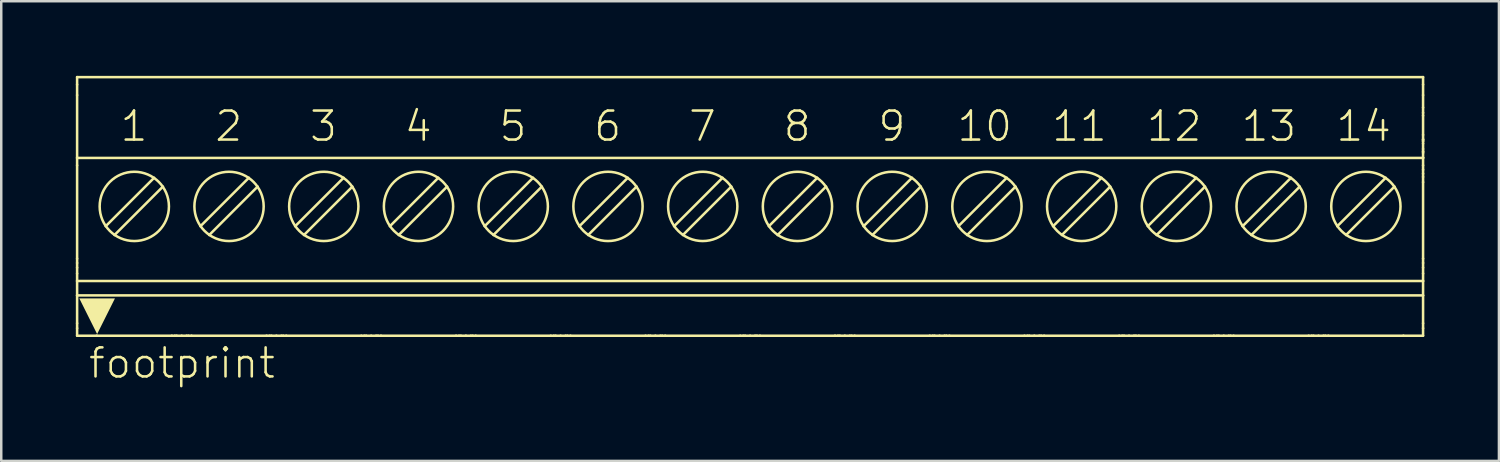
<source format=kicad_pcb>
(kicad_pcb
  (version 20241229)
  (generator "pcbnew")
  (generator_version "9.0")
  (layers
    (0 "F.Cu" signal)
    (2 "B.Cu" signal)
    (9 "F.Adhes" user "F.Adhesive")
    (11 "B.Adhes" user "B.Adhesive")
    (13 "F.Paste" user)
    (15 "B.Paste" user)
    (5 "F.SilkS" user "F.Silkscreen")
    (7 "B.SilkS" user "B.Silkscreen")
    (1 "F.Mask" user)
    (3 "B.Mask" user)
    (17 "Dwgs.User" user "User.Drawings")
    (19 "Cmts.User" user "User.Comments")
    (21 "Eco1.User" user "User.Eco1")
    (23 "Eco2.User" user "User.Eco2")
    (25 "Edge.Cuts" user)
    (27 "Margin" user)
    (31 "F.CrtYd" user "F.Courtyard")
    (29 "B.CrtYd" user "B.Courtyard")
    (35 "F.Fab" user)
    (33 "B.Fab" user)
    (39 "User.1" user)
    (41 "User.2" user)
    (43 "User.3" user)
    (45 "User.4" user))
  (footprint "footprint"
    (layer "F.Cu")
    (at 27.116 5.251)
    (property "Reference" "footprint" (at -26.67 6.985 0) (layer "F.SilkS") (effects (font (size 1.168 1.168) (thickness 0.102)) (justify left bottom)))
    (fp_line (start -27.065 -5.2) (end -27.065 -4.9) (stroke (width 0.102) (type solid)) (layer "F.SilkS"))
    (fp_line (start -27.065 -4.9) (end -27.065 -4.475) (stroke (width 0.102) (type solid)) (layer "F.SilkS"))
    (fp_line (start -27.065 -4.475) (end -27.065 -1.95) (stroke (width 0.102) (type solid)) (layer "F.SilkS"))
    (fp_line (start -27.065 -1.95) (end -27.065 -1.65) (stroke (width 0.102) (type solid)) (layer "F.SilkS"))
    (fp_line (start -27.065 -1.65) (end -27.065 2.1) (stroke (width 0.102) (type solid)) (layer "F.SilkS"))
    (fp_line (start -27.065 2.1) (end -27.065 2.275) (stroke (width 0.102) (type solid)) (layer "F.SilkS"))
    (fp_line (start -27.065 2.463) (end -27.065 2.275) (stroke (width 0.102) (type solid)) (layer "F.SilkS"))
    (fp_line (start -27.065 2.463) (end -27.065 2.7) (stroke (width 0.102) (type solid)) (layer "F.SilkS"))
    (fp_line (start -27.065 2.7) (end -27.065 3) (stroke (width 0.102) (type solid)) (layer "F.SilkS"))
    (fp_line (start -27.065 3) (end -27.065 3.58) (stroke (width 0.102) (type solid)) (layer "F.SilkS"))
    (fp_line (start -27.065 3) (end 27.065 3) (stroke (width 0.102) (type solid)) (layer "F.SilkS"))
    (fp_line (start -27.065 3.58) (end -27.065 4.7) (stroke (width 0.102) (type solid)) (layer "F.SilkS"))
    (fp_line (start -27.065 3.58) (end 27.065 3.58) (stroke (width 0.102) (type solid)) (layer "F.SilkS"))
    (fp_line (start -27.065 4.7) (end -27.065 4.9) (stroke (width 0.102) (type solid)) (layer "F.SilkS"))
    (fp_line (start -27.065 4.9) (end -27.065 5.2) (stroke (width 0.102) (type solid)) (layer "F.SilkS"))
    (fp_line (start -26.275 5.2) (end -27.065 5.2) (stroke (width 0.102) (type solid)) (layer "F.SilkS"))
    (fp_line (start -25.562 1.151) (end -23.614 -0.797) (stroke (width 0.102) (type solid)) (layer "F.SilkS"))
    (fp_line (start -23.968 -1.151) (end -25.916 0.797) (stroke (width 0.102) (type solid)) (layer "F.SilkS"))
    (fp_line (start -23.255 5.2) (end -26.275 5.2) (stroke (width 0.102) (type solid)) (layer "F.SilkS"))
    (fp_line (start -23.135 5.2) (end -23.255 5.2) (stroke (width 0.102) (type solid)) (layer "F.SilkS"))
    (fp_line (start -23.061 5.2) (end -23.135 5.2) (stroke (width 0.102) (type solid)) (layer "F.SilkS"))
    (fp_line (start -22.86 5.2) (end -23.061 5.2) (stroke (width 0.102) (type solid)) (layer "F.SilkS"))
    (fp_line (start -22.659 5.2) (end -22.86 5.2) (stroke (width 0.102) (type solid)) (layer "F.SilkS"))
    (fp_line (start -22.585 5.2) (end -22.659 5.2) (stroke (width 0.102) (type solid)) (layer "F.SilkS"))
    (fp_line (start -22.465 5.2) (end -22.585 5.2) (stroke (width 0.102) (type solid)) (layer "F.SilkS"))
    (fp_line (start -21.752 1.151) (end -19.804 -0.797) (stroke (width 0.102) (type solid)) (layer "F.SilkS"))
    (fp_line (start -20.158 -1.151) (end -22.106 0.797) (stroke (width 0.102) (type solid)) (layer "F.SilkS"))
    (fp_line (start -19.445 5.2) (end -22.465 5.2) (stroke (width 0.102) (type solid)) (layer "F.SilkS"))
    (fp_line (start -19.325 5.2) (end -19.445 5.2) (stroke (width 0.102) (type solid)) (layer "F.SilkS"))
    (fp_line (start -19.251 5.2) (end -19.325 5.2) (stroke (width 0.102) (type solid)) (layer "F.SilkS"))
    (fp_line (start -19.05 5.2) (end -19.251 5.2) (stroke (width 0.102) (type solid)) (layer "F.SilkS"))
    (fp_line (start -18.849 5.2) (end -19.05 5.2) (stroke (width 0.102) (type solid)) (layer "F.SilkS"))
    (fp_line (start -18.775 5.2) (end -18.849 5.2) (stroke (width 0.102) (type solid)) (layer "F.SilkS"))
    (fp_line (start -18.655 5.2) (end -18.775 5.2) (stroke (width 0.102) (type solid)) (layer "F.SilkS"))
    (fp_line (start -17.942 1.151) (end -15.994 -0.797) (stroke (width 0.102) (type solid)) (layer "F.SilkS"))
    (fp_line (start -16.348 -1.151) (end -18.296 0.797) (stroke (width 0.102) (type solid)) (layer "F.SilkS"))
    (fp_line (start -15.635 5.2) (end -18.655 5.2) (stroke (width 0.102) (type solid)) (layer "F.SilkS"))
    (fp_line (start -15.515 5.2) (end -15.635 5.2) (stroke (width 0.102) (type solid)) (layer "F.SilkS"))
    (fp_line (start -15.441 5.2) (end -15.515 5.2) (stroke (width 0.102) (type solid)) (layer "F.SilkS"))
    (fp_line (start -15.24 5.2) (end -15.441 5.2) (stroke (width 0.102) (type solid)) (layer "F.SilkS"))
    (fp_line (start -15.039 5.2) (end -15.24 5.2) (stroke (width 0.102) (type solid)) (layer "F.SilkS"))
    (fp_line (start -14.965 5.2) (end -15.039 5.2) (stroke (width 0.102) (type solid)) (layer "F.SilkS"))
    (fp_line (start -14.845 5.2) (end -14.965 5.2) (stroke (width 0.102) (type solid)) (layer "F.SilkS"))
    (fp_line (start -14.132 1.151) (end -12.184 -0.797) (stroke (width 0.102) (type solid)) (layer "F.SilkS"))
    (fp_line (start -12.538 -1.151) (end -14.486 0.797) (stroke (width 0.102) (type solid)) (layer "F.SilkS"))
    (fp_line (start -11.825 5.2) (end -14.845 5.2) (stroke (width 0.102) (type solid)) (layer "F.SilkS"))
    (fp_line (start -11.705 5.2) (end -11.825 5.2) (stroke (width 0.102) (type solid)) (layer "F.SilkS"))
    (fp_line (start -11.631 5.2) (end -11.705 5.2) (stroke (width 0.102) (type solid)) (layer "F.SilkS"))
    (fp_line (start -11.43 5.2) (end -11.631 5.2) (stroke (width 0.102) (type solid)) (layer "F.SilkS"))
    (fp_line (start -11.229 5.2) (end -11.43 5.2) (stroke (width 0.102) (type solid)) (layer "F.SilkS"))
    (fp_line (start -11.155 5.2) (end -11.229 5.2) (stroke (width 0.102) (type solid)) (layer "F.SilkS"))
    (fp_line (start -11.035 5.2) (end -11.155 5.2) (stroke (width 0.102) (type solid)) (layer "F.SilkS"))
    (fp_line (start -10.322 1.151) (end -8.374 -0.797) (stroke (width 0.102) (type solid)) (layer "F.SilkS"))
    (fp_line (start -8.728 -1.151) (end -10.676 0.797) (stroke (width 0.102) (type solid)) (layer "F.SilkS"))
    (fp_line (start -8.015 5.2) (end -11.035 5.2) (stroke (width 0.102) (type solid)) (layer "F.SilkS"))
    (fp_line (start -7.895 5.2) (end -8.015 5.2) (stroke (width 0.102) (type solid)) (layer "F.SilkS"))
    (fp_line (start -7.821 5.2) (end -7.895 5.2) (stroke (width 0.102) (type solid)) (layer "F.SilkS"))
    (fp_line (start -7.62 5.2) (end -7.821 5.2) (stroke (width 0.102) (type solid)) (layer "F.SilkS"))
    (fp_line (start -7.419 5.2) (end -7.62 5.2) (stroke (width 0.102) (type solid)) (layer "F.SilkS"))
    (fp_line (start -7.345 5.2) (end -7.419 5.2) (stroke (width 0.102) (type solid)) (layer "F.SilkS"))
    (fp_line (start -7.225 5.2) (end -7.345 5.2) (stroke (width 0.102) (type solid)) (layer "F.SilkS"))
    (fp_line (start -6.512 1.151) (end -4.564 -0.797) (stroke (width 0.102) (type solid)) (layer "F.SilkS"))
    (fp_line (start -4.918 -1.151) (end -6.866 0.797) (stroke (width 0.102) (type solid)) (layer "F.SilkS"))
    (fp_line (start -4.205 5.2) (end -7.225 5.2) (stroke (width 0.102) (type solid)) (layer "F.SilkS"))
    (fp_line (start -4.085 5.2) (end -4.205 5.2) (stroke (width 0.102) (type solid)) (layer "F.SilkS"))
    (fp_line (start -4.011 5.2) (end -4.085 5.2) (stroke (width 0.102) (type solid)) (layer "F.SilkS"))
    (fp_line (start -3.81 5.2) (end -4.011 5.2) (stroke (width 0.102) (type solid)) (layer "F.SilkS"))
    (fp_line (start -3.609 5.2) (end -3.81 5.2) (stroke (width 0.102) (type solid)) (layer "F.SilkS"))
    (fp_line (start -3.535 5.2) (end -3.609 5.2) (stroke (width 0.102) (type solid)) (layer "F.SilkS"))
    (fp_line (start -3.415 5.2) (end -3.535 5.2) (stroke (width 0.102) (type solid)) (layer "F.SilkS"))
    (fp_line (start -2.702 1.151) (end -0.754 -0.797) (stroke (width 0.102) (type solid)) (layer "F.SilkS"))
    (fp_line (start -1.108 -1.151) (end -3.056 0.797) (stroke (width 0.102) (type solid)) (layer "F.SilkS"))
    (fp_line (start -0.395 5.2) (end -3.415 5.2) (stroke (width 0.102) (type solid)) (layer "F.SilkS"))
    (fp_line (start -0.275 5.2) (end -0.395 5.2) (stroke (width 0.102) (type solid)) (layer "F.SilkS"))
    (fp_line (start -0.201 5.2) (end -0.275 5.2) (stroke (width 0.102) (type solid)) (layer "F.SilkS"))
    (fp_line (start 0 5.2) (end -0.201 5.2) (stroke (width 0.102) (type solid)) (layer "F.SilkS"))
    (fp_line (start 0.201 5.2) (end 0 5.2) (stroke (width 0.102) (type solid)) (layer "F.SilkS"))
    (fp_line (start 0.275 5.2) (end 0.201 5.2) (stroke (width 0.102) (type solid)) (layer "F.SilkS"))
    (fp_line (start 0.395 5.2) (end 0.275 5.2) (stroke (width 0.102) (type solid)) (layer "F.SilkS"))
    (fp_line (start 1.108 1.151) (end 3.056 -0.797) (stroke (width 0.102) (type solid)) (layer "F.SilkS"))
    (fp_line (start 2.702 -1.151) (end 0.754 0.797) (stroke (width 0.102) (type solid)) (layer "F.SilkS"))
    (fp_line (start 3.415 5.2) (end 0.395 5.2) (stroke (width 0.102) (type solid)) (layer "F.SilkS"))
    (fp_line (start 3.535 5.2) (end 3.415 5.2) (stroke (width 0.102) (type solid)) (layer "F.SilkS"))
    (fp_line (start 3.609 5.2) (end 3.535 5.2) (stroke (width 0.102) (type solid)) (layer "F.SilkS"))
    (fp_line (start 3.81 5.2) (end 3.609 5.2) (stroke (width 0.102) (type solid)) (layer "F.SilkS"))
    (fp_line (start 4.011 5.2) (end 3.81 5.2) (stroke (width 0.102) (type solid)) (layer "F.SilkS"))
    (fp_line (start 4.085 5.2) (end 4.011 5.2) (stroke (width 0.102) (type solid)) (layer "F.SilkS"))
    (fp_line (start 4.205 5.2) (end 4.085 5.2) (stroke (width 0.102) (type solid)) (layer "F.SilkS"))
    (fp_line (start 4.918 1.151) (end 6.866 -0.797) (stroke (width 0.102) (type solid)) (layer "F.SilkS"))
    (fp_line (start 6.512 -1.151) (end 4.564 0.797) (stroke (width 0.102) (type solid)) (layer "F.SilkS"))
    (fp_line (start 7.225 5.2) (end 4.205 5.2) (stroke (width 0.102) (type solid)) (layer "F.SilkS"))
    (fp_line (start 7.345 5.2) (end 7.225 5.2) (stroke (width 0.102) (type solid)) (layer "F.SilkS"))
    (fp_line (start 7.419 5.2) (end 7.345 5.2) (stroke (width 0.102) (type solid)) (layer "F.SilkS"))
    (fp_line (start 7.62 5.2) (end 7.419 5.2) (stroke (width 0.102) (type solid)) (layer "F.SilkS"))
    (fp_line (start 7.821 5.2) (end 7.62 5.2) (stroke (width 0.102) (type solid)) (layer "F.SilkS"))
    (fp_line (start 7.895 5.2) (end 7.821 5.2) (stroke (width 0.102) (type solid)) (layer "F.SilkS"))
    (fp_line (start 8.015 5.2) (end 7.895 5.2) (stroke (width 0.102) (type solid)) (layer "F.SilkS"))
    (fp_line (start 8.728 1.151) (end 10.676 -0.797) (stroke (width 0.102) (type solid)) (layer "F.SilkS"))
    (fp_line (start 10.322 -1.151) (end 8.374 0.797) (stroke (width 0.102) (type solid)) (layer "F.SilkS"))
    (fp_line (start 11.035 5.2) (end 8.015 5.2) (stroke (width 0.102) (type solid)) (layer "F.SilkS"))
    (fp_line (start 11.155 5.2) (end 11.035 5.2) (stroke (width 0.102) (type solid)) (layer "F.SilkS"))
    (fp_line (start 11.229 5.2) (end 11.155 5.2) (stroke (width 0.102) (type solid)) (layer "F.SilkS"))
    (fp_line (start 11.43 5.2) (end 11.229 5.2) (stroke (width 0.102) (type solid)) (layer "F.SilkS"))
    (fp_line (start 11.631 5.2) (end 11.43 5.2) (stroke (width 0.102) (type solid)) (layer "F.SilkS"))
    (fp_line (start 11.705 5.2) (end 11.631 5.2) (stroke (width 0.102) (type solid)) (layer "F.SilkS"))
    (fp_line (start 11.825 5.2) (end 11.705 5.2) (stroke (width 0.102) (type solid)) (layer "F.SilkS"))
    (fp_line (start 12.538 1.151) (end 14.486 -0.797) (stroke (width 0.102) (type solid)) (layer "F.SilkS"))
    (fp_line (start 14.132 -1.151) (end 12.184 0.797) (stroke (width 0.102) (type solid)) (layer "F.SilkS"))
    (fp_line (start 14.845 5.2) (end 11.825 5.2) (stroke (width 0.102) (type solid)) (layer "F.SilkS"))
    (fp_line (start 14.965 5.2) (end 14.845 5.2) (stroke (width 0.102) (type solid)) (layer "F.SilkS"))
    (fp_line (start 15.039 5.2) (end 14.965 5.2) (stroke (width 0.102) (type solid)) (layer "F.SilkS"))
    (fp_line (start 15.24 5.2) (end 15.039 5.2) (stroke (width 0.102) (type solid)) (layer "F.SilkS"))
    (fp_line (start 15.441 5.2) (end 15.24 5.2) (stroke (width 0.102) (type solid)) (layer "F.SilkS"))
    (fp_line (start 15.515 5.2) (end 15.441 5.2) (stroke (width 0.102) (type solid)) (layer "F.SilkS"))
    (fp_line (start 15.635 5.2) (end 15.515 5.2) (stroke (width 0.102) (type solid)) (layer "F.SilkS"))
    (fp_line (start 16.348 1.151) (end 18.296 -0.797) (stroke (width 0.102) (type solid)) (layer "F.SilkS"))
    (fp_line (start 17.942 -1.151) (end 15.994 0.797) (stroke (width 0.102) (type solid)) (layer "F.SilkS"))
    (fp_line (start 18.655 5.2) (end 15.635 5.2) (stroke (width 0.102) (type solid)) (layer "F.SilkS"))
    (fp_line (start 18.775 5.2) (end 18.655 5.2) (stroke (width 0.102) (type solid)) (layer "F.SilkS"))
    (fp_line (start 18.849 5.2) (end 18.775 5.2) (stroke (width 0.102) (type solid)) (layer "F.SilkS"))
    (fp_line (start 19.05 5.2) (end 18.849 5.2) (stroke (width 0.102) (type solid)) (layer "F.SilkS"))
    (fp_line (start 19.251 5.2) (end 19.05 5.2) (stroke (width 0.102) (type solid)) (layer "F.SilkS"))
    (fp_line (start 19.325 5.2) (end 19.251 5.2) (stroke (width 0.102) (type solid)) (layer "F.SilkS"))
    (fp_line (start 19.445 5.2) (end 19.325 5.2) (stroke (width 0.102) (type solid)) (layer "F.SilkS"))
    (fp_line (start 20.158 1.151) (end 22.106 -0.797) (stroke (width 0.102) (type solid)) (layer "F.SilkS"))
    (fp_line (start 21.752 -1.151) (end 19.804 0.797) (stroke (width 0.102) (type solid)) (layer "F.SilkS"))
    (fp_line (start 22.465 5.2) (end 19.445 5.2) (stroke (width 0.102) (type solid)) (layer "F.SilkS"))
    (fp_line (start 22.585 5.2) (end 22.465 5.2) (stroke (width 0.102) (type solid)) (layer "F.SilkS"))
    (fp_line (start 22.659 5.2) (end 22.585 5.2) (stroke (width 0.102) (type solid)) (layer "F.SilkS"))
    (fp_line (start 22.86 5.2) (end 22.659 5.2) (stroke (width 0.102) (type solid)) (layer "F.SilkS"))
    (fp_line (start 23.061 5.2) (end 22.86 5.2) (stroke (width 0.102) (type solid)) (layer "F.SilkS"))
    (fp_line (start 23.135 5.2) (end 23.061 5.2) (stroke (width 0.102) (type solid)) (layer "F.SilkS"))
    (fp_line (start 23.255 5.2) (end 23.135 5.2) (stroke (width 0.102) (type solid)) (layer "F.SilkS"))
    (fp_line (start 23.968 1.151) (end 25.916 -0.797) (stroke (width 0.102) (type solid)) (layer "F.SilkS"))
    (fp_line (start 25.562 -1.151) (end 23.614 0.797) (stroke (width 0.102) (type solid)) (layer "F.SilkS"))
    (fp_line (start 26.275 5.2) (end 23.255 5.2) (stroke (width 0.102) (type solid)) (layer "F.SilkS"))
    (fp_line (start 27.065 -5.2) (end -27.065 -5.2) (stroke (width 0.102) (type solid)) (layer "F.SilkS"))
    (fp_line (start 27.065 -5.2) (end 27.065 -4.9) (stroke (width 0.102) (type solid)) (layer "F.SilkS"))
    (fp_line (start 27.065 -4.475) (end 27.065 -4.9) (stroke (width 0.102) (type solid)) (layer "F.SilkS"))
    (fp_line (start 27.065 -3.975) (end 27.065 -4.475) (stroke (width 0.102) (type solid)) (layer "F.SilkS"))
    (fp_line (start 27.065 -3.764) (end 27.065 -3.975) (stroke (width 0.102) (type solid)) (layer "F.SilkS"))
    (fp_line (start 27.065 -3.652) (end 27.065 -3.764) (stroke (width 0.102) (type solid)) (layer "F.SilkS"))
    (fp_line (start 27.065 -2.877) (end 27.065 -3.652) (stroke (width 0.102) (type solid)) (layer "F.SilkS"))
    (fp_line (start 27.065 -2.701) (end 27.065 -2.877) (stroke (width 0.102) (type solid)) (layer "F.SilkS"))
    (fp_line (start 27.065 -2.688) (end 27.065 -2.701) (stroke (width 0.102) (type solid)) (layer "F.SilkS"))
    (fp_line (start 27.065 -2.648) (end 27.065 -2.688) (stroke (width 0.102) (type solid)) (layer "F.SilkS"))
    (fp_line (start 27.065 -2.619) (end 27.065 -2.648) (stroke (width 0.102) (type solid)) (layer "F.SilkS"))
    (fp_line (start 27.065 -2.53) (end 27.065 -2.619) (stroke (width 0.102) (type solid)) (layer "F.SilkS"))
    (fp_line (start 27.065 -2.309) (end 27.065 -2.53) (stroke (width 0.102) (type solid)) (layer "F.SilkS"))
    (fp_line (start 27.065 -2.22) (end 27.065 -2.309) (stroke (width 0.102) (type solid)) (layer "F.SilkS"))
    (fp_line (start 27.065 -2.192) (end 27.065 -2.22) (stroke (width 0.102) (type solid)) (layer "F.SilkS"))
    (fp_line (start 27.065 -2.192) (end 27.065 -2.151) (stroke (width 0.102) (type solid)) (layer "F.SilkS"))
    (fp_line (start 27.065 -2.151) (end 27.065 -1.963) (stroke (width 0.102) (type solid)) (layer "F.SilkS"))
    (fp_line (start 27.065 -1.963) (end 27.065 -1.95) (stroke (width 0.102) (type solid)) (layer "F.SilkS"))
    (fp_line (start 27.065 -1.95) (end -27.065 -1.95) (stroke (width 0.102) (type solid)) (layer "F.SilkS"))
    (fp_line (start 27.065 -1.95) (end 27.065 -1.65) (stroke (width 0.102) (type solid)) (layer "F.SilkS"))
    (fp_line (start 27.065 -1.65) (end 27.065 -1.475) (stroke (width 0.102) (type solid)) (layer "F.SilkS"))
    (fp_line (start 27.065 -1.475) (end 27.065 -1.317) (stroke (width 0.102) (type solid)) (layer "F.SilkS"))
    (fp_line (start 27.065 -1.186) (end 27.065 -1.317) (stroke (width 0.102) (type solid)) (layer "F.SilkS"))
    (fp_line (start 27.065 -0.975) (end 27.065 -1.186) (stroke (width 0.102) (type solid)) (layer "F.SilkS"))
    (fp_line (start 27.065 2.1) (end 27.065 -0.975) (stroke (width 0.102) (type solid)) (layer "F.SilkS"))
    (fp_line (start 27.065 2.1) (end 27.065 2.275) (stroke (width 0.102) (type solid)) (layer "F.SilkS"))
    (fp_line (start 27.065 2.275) (end 27.065 2.463) (stroke (width 0.102) (type solid)) (layer "F.SilkS"))
    (fp_line (start 27.065 2.463) (end 27.065 2.7) (stroke (width 0.102) (type solid)) (layer "F.SilkS"))
    (fp_line (start 27.065 2.7) (end 27.065 3) (stroke (width 0.102) (type solid)) (layer "F.SilkS"))
    (fp_line (start 27.065 3) (end 27.065 3.58) (stroke (width 0.102) (type solid)) (layer "F.SilkS"))
    (fp_line (start 27.065 3.58) (end 27.065 4.7) (stroke (width 0.102) (type solid)) (layer "F.SilkS"))
    (fp_line (start 27.065 4.9) (end 27.065 4.7) (stroke (width 0.102) (type solid)) (layer "F.SilkS"))
    (fp_line (start 27.065 4.9) (end 27.065 5.2) (stroke (width 0.102) (type solid)) (layer "F.SilkS"))
    (fp_line (start 27.065 5.2) (end 26.275 5.2) (stroke (width 0.102) (type solid)) (layer "F.SilkS"))
    (fp_circle (center -24.765 0) (end -23.372 0) (stroke (width 0.102) (type solid)) (fill no) (layer "F.SilkS"))
    (fp_circle (center -20.955 0) (end -19.562 0) (stroke (width 0.102) (type solid)) (fill no) (layer "F.SilkS"))
    (fp_circle (center -17.145 0) (end -15.752 0) (stroke (width 0.102) (type solid)) (fill no) (layer "F.SilkS"))
    (fp_circle (center -13.335 0) (end -11.942 0) (stroke (width 0.102) (type solid)) (fill no) (layer "F.SilkS"))
    (fp_circle (center -9.525 0) (end -8.132 0) (stroke (width 0.102) (type solid)) (fill no) (layer "F.SilkS"))
    (fp_circle (center -5.715 0) (end -4.322 0) (stroke (width 0.102) (type solid)) (fill no) (layer "F.SilkS"))
    (fp_circle (center -1.905 0) (end -0.512 0) (stroke (width 0.102) (type solid)) (fill no) (layer "F.SilkS"))
    (fp_circle (center 1.905 0) (end 3.298 0) (stroke (width 0.102) (type solid)) (fill no) (layer "F.SilkS"))
    (fp_circle (center 5.715 0) (end 7.108 0) (stroke (width 0.102) (type solid)) (fill no) (layer "F.SilkS"))
    (fp_circle (center 9.525 0) (end 10.918 0) (stroke (width 0.102) (type solid)) (fill no) (layer "F.SilkS"))
    (fp_circle (center 13.335 0) (end 14.728 0) (stroke (width 0.102) (type solid)) (fill no) (layer "F.SilkS"))
    (fp_circle (center 17.145 0) (end 18.538 0) (stroke (width 0.102) (type solid)) (fill no) (layer "F.SilkS"))
    (fp_circle (center 20.955 0) (end 22.348 0) (stroke (width 0.102) (type solid)) (fill no) (layer "F.SilkS"))
    (fp_circle (center 24.765 0) (end 26.158 0) (stroke (width 0.102) (type solid)) (fill no) (layer "F.SilkS"))
    (fp_poly (pts (xy -26.26 5.134) (xy -26.977 3.699) (xy -25.543 3.699)) (stroke (width 0) (type solid)) (fill yes) (layer "F.SilkS"))
    (fp_text user "11" (at 12.065 -2.54 0) (layer "F.SilkS") (effects (font (size 1.168 1.168) (thickness 0.102)) (justify left bottom)))
    (fp_text user "8" (at 1.27 -2.54 0) (layer "F.SilkS") (effects (font (size 1.168 1.168) (thickness 0.102)) (justify left bottom)))
    (fp_text user "13" (at 19.685 -2.54 0) (layer "F.SilkS") (effects (font (size 1.168 1.168) (thickness 0.102)) (justify left bottom)))
    (fp_text user "7" (at -2.54 -2.54 0) (layer "F.SilkS") (effects (font (size 1.168 1.168) (thickness 0.102)) (justify left bottom)))
    (fp_text user "2" (at -21.59 -2.54 0) (layer "F.SilkS") (effects (font (size 1.168 1.168) (thickness 0.102)) (justify left bottom)))
    (fp_text user "6" (at -6.35 -2.54 0) (layer "F.SilkS") (effects (font (size 1.168 1.168) (thickness 0.102)) (justify left bottom)))
    (fp_text user "14" (at 23.495 -2.54 0) (layer "F.SilkS") (effects (font (size 1.168 1.168) (thickness 0.102)) (justify left bottom)))
    (fp_text user "9" (at 5.08 -2.54 0) (layer "F.SilkS") (effects (font (size 1.168 1.168) (thickness 0.102)) (justify left bottom)))
    (fp_text user "3" (at -17.78 -2.54 0) (layer "F.SilkS") (effects (font (size 1.168 1.168) (thickness 0.102)) (justify left bottom)))
    (fp_text user "5" (at -10.16 -2.54 0) (layer "F.SilkS") (effects (font (size 1.168 1.168) (thickness 0.102)) (justify left bottom)))
    (fp_text user "1" (at -25.4 -2.54 0) (layer "F.SilkS") (effects (font (size 1.168 1.168) (thickness 0.102)) (justify left bottom)))
    (fp_text user "12" (at 15.875 -2.54 0) (layer "F.SilkS") (effects (font (size 1.168 1.168) (thickness 0.102)) (justify left bottom)))
    (fp_text user "4" (at -13.97 -2.54 0) (layer "F.SilkS") (effects (font (size 1.168 1.168) (thickness 0.102)) (justify left bottom)))
    (fp_text user "10" (at 8.255 -2.54 0) (layer "F.SilkS") (effects (font (size 1.168 1.168) (thickness 0.102)) (justify left bottom))))
  (gr_rect
    (start -3 -3)
    (end 57.232 15.486)
    (stroke (width 0.1) (type default))
    (fill no)
    (layer "Edge.Cuts")))
</source>
